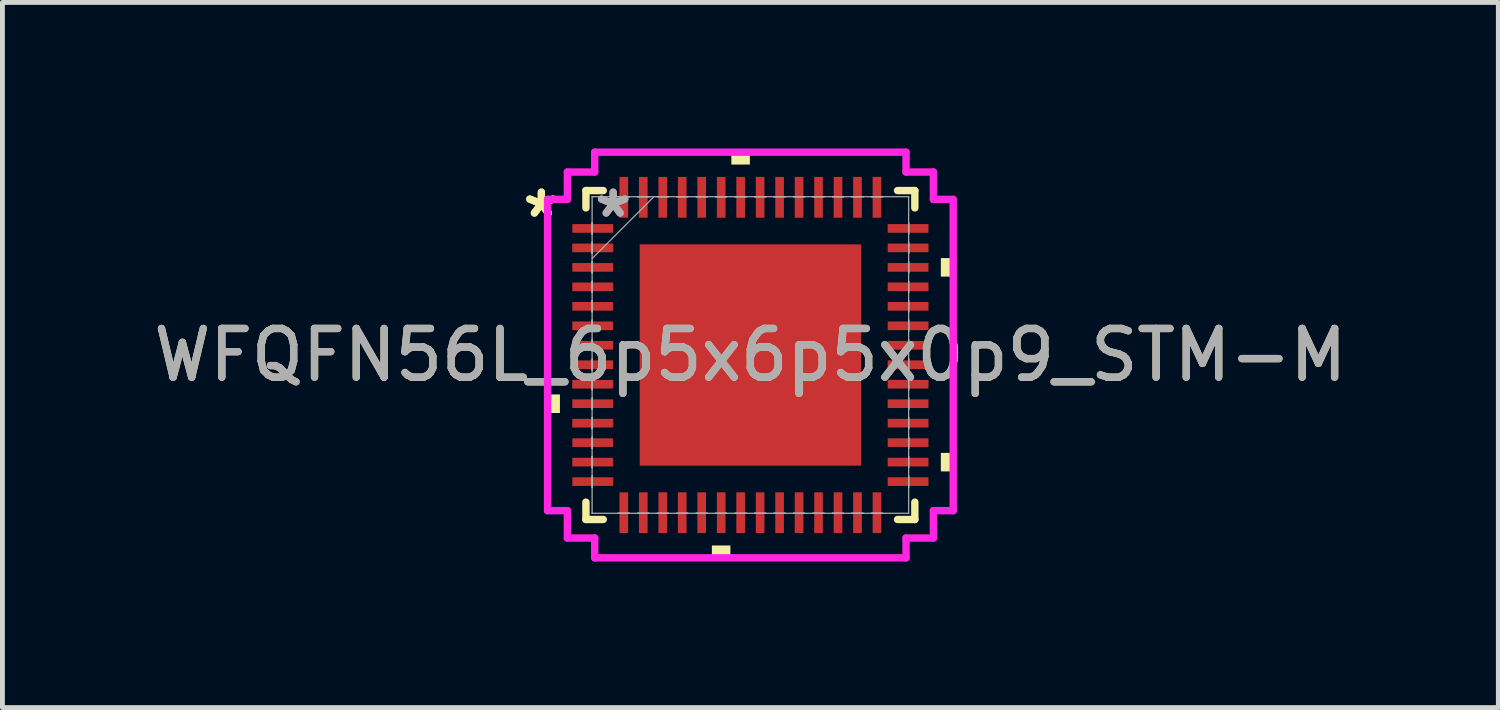
<source format=kicad_pcb>
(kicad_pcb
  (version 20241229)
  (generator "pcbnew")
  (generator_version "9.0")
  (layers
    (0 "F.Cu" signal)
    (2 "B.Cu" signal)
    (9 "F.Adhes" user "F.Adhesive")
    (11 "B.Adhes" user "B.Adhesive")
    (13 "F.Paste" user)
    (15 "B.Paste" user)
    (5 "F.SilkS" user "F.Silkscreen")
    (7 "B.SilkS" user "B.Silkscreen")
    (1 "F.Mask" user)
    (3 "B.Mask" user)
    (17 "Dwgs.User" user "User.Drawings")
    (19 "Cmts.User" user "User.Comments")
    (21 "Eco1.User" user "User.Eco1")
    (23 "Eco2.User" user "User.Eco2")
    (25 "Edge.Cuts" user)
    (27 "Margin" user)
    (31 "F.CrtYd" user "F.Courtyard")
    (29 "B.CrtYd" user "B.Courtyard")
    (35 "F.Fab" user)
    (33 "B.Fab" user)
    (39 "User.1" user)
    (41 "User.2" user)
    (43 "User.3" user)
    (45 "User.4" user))
  (footprint "WFQFN56L_6p5x6p5x0p9_STM-M"
    (layer "F.Cu")
    (at 12.363 4.242)
    (property "Reference" "WFQFN56L_6p5x6p5x0p9_STM-M" (at 0 0 0) (unlocked yes) (layer "F.SilkS") (effects (font (size 1 1) (thickness 0.15))))
    (attr smd)
    (fp_line (start -3.378 -3.378) (end -3.378 -3.022) (stroke (width 0.152) (type solid)) (layer "F.SilkS"))
    (fp_line (start -3.378 3.022) (end -3.378 3.378) (stroke (width 0.152) (type solid)) (layer "F.SilkS"))
    (fp_line (start -3.378 3.378) (end -3.022 3.378) (stroke (width 0.152) (type solid)) (layer "F.SilkS"))
    (fp_line (start -3.022 -3.378) (end -3.378 -3.378) (stroke (width 0.152) (type solid)) (layer "F.SilkS"))
    (fp_line (start 3.022 3.378) (end 3.378 3.378) (stroke (width 0.152) (type solid)) (layer "F.SilkS"))
    (fp_line (start 3.378 -3.378) (end 3.022 -3.378) (stroke (width 0.152) (type solid)) (layer "F.SilkS"))
    (fp_line (start 3.378 -3.022) (end 3.378 -3.378) (stroke (width 0.152) (type solid)) (layer "F.SilkS"))
    (fp_line (start 3.378 3.378) (end 3.378 3.022) (stroke (width 0.152) (type solid)) (layer "F.SilkS"))
    (fp_poly (pts (xy -4.166 0.81) (xy -4.166 1.191) (xy -3.912 1.191) (xy -3.912 0.81)) (stroke (width 0) (type solid)) (fill yes) (layer "F.SilkS"))
    (fp_poly (pts (xy -0.791 3.912) (xy -0.791 4.166) (xy -0.41 4.166) (xy -0.41 3.912)) (stroke (width 0) (type solid)) (fill yes) (layer "F.SilkS"))
    (fp_poly (pts (xy -0.391 -3.912) (xy -0.391 -4.166) (xy -0.01 -4.166) (xy -0.01 -3.912)) (stroke (width 0) (type solid)) (fill yes) (layer "F.SilkS"))
    (fp_poly (pts (xy 4.166 -1.991) (xy 4.166 -1.61) (xy 3.912 -1.61) (xy 3.912 -1.991)) (stroke (width 0) (type solid)) (fill yes) (layer "F.SilkS"))
    (fp_poly (pts (xy 4.166 2.01) (xy 4.166 2.391) (xy 3.912 2.391) (xy 3.912 2.01)) (stroke (width 0) (type solid)) (fill yes) (layer "F.SilkS"))
    (fp_poly (pts (xy -2.173 -2.173) (xy -2.173 -0.858) (xy -0.858 -0.858) (xy -0.858 -2.173)) (stroke (width 0) (type solid)) (fill yes) (layer "F.Paste"))
    (fp_poly (pts (xy -2.173 -0.658) (xy -2.173 0.658) (xy -0.858 0.658) (xy -0.858 -0.658)) (stroke (width 0) (type solid)) (fill yes) (layer "F.Paste"))
    (fp_poly (pts (xy -2.173 0.858) (xy -2.173 2.173) (xy -0.858 2.173) (xy -0.858 0.858)) (stroke (width 0) (type solid)) (fill yes) (layer "F.Paste"))
    (fp_poly (pts (xy -0.658 -2.173) (xy -0.658 -0.858) (xy 0.658 -0.858) (xy 0.658 -2.173)) (stroke (width 0) (type solid)) (fill yes) (layer "F.Paste"))
    (fp_poly (pts (xy -0.658 -0.658) (xy -0.658 0.658) (xy 0.658 0.658) (xy 0.658 -0.658)) (stroke (width 0) (type solid)) (fill yes) (layer "F.Paste"))
    (fp_poly (pts (xy -0.658 0.858) (xy -0.658 2.173) (xy 0.658 2.173) (xy 0.658 0.858)) (stroke (width 0) (type solid)) (fill yes) (layer "F.Paste"))
    (fp_poly (pts (xy 0.858 -2.173) (xy 0.858 -0.858) (xy 2.173 -0.858) (xy 2.173 -2.173)) (stroke (width 0) (type solid)) (fill yes) (layer "F.Paste"))
    (fp_poly (pts (xy 0.858 -0.658) (xy 0.858 0.658) (xy 2.173 0.658) (xy 2.173 -0.658)) (stroke (width 0) (type solid)) (fill yes) (layer "F.Paste"))
    (fp_poly (pts (xy 0.858 0.858) (xy 0.858 2.173) (xy 2.173 2.173) (xy 2.173 0.858)) (stroke (width 0) (type solid)) (fill yes) (layer "F.Paste"))
    (fp_line (start -4.166 -3.197) (end -3.759 -3.197) (stroke (width 0.152) (type solid)) (layer "F.CrtYd"))
    (fp_line (start -4.166 3.197) (end -4.166 -3.197) (stroke (width 0.152) (type solid)) (layer "F.CrtYd"))
    (fp_line (start -3.759 -3.759) (end -3.197 -3.759) (stroke (width 0.152) (type solid)) (layer "F.CrtYd"))
    (fp_line (start -3.759 -3.197) (end -3.759 -3.759) (stroke (width 0.152) (type solid)) (layer "F.CrtYd"))
    (fp_line (start -3.759 3.197) (end -4.166 3.197) (stroke (width 0.152) (type solid)) (layer "F.CrtYd"))
    (fp_line (start -3.759 3.759) (end -3.759 3.197) (stroke (width 0.152) (type solid)) (layer "F.CrtYd"))
    (fp_line (start -3.197 -4.166) (end 3.197 -4.166) (stroke (width 0.152) (type solid)) (layer "F.CrtYd"))
    (fp_line (start -3.197 -3.759) (end -3.197 -4.166) (stroke (width 0.152) (type solid)) (layer "F.CrtYd"))
    (fp_line (start -3.197 3.759) (end -3.759 3.759) (stroke (width 0.152) (type solid)) (layer "F.CrtYd"))
    (fp_line (start -3.197 4.166) (end -3.197 3.759) (stroke (width 0.152) (type solid)) (layer "F.CrtYd"))
    (fp_line (start 3.197 -4.166) (end 3.197 -3.759) (stroke (width 0.152) (type solid)) (layer "F.CrtYd"))
    (fp_line (start 3.197 -3.759) (end 3.759 -3.759) (stroke (width 0.152) (type solid)) (layer "F.CrtYd"))
    (fp_line (start 3.197 3.759) (end 3.197 4.166) (stroke (width 0.152) (type solid)) (layer "F.CrtYd"))
    (fp_line (start 3.197 4.166) (end -3.197 4.166) (stroke (width 0.152) (type solid)) (layer "F.CrtYd"))
    (fp_line (start 3.759 -3.759) (end 3.759 -3.197) (stroke (width 0.152) (type solid)) (layer "F.CrtYd"))
    (fp_line (start 3.759 -3.197) (end 4.166 -3.197) (stroke (width 0.152) (type solid)) (layer "F.CrtYd"))
    (fp_line (start 3.759 3.197) (end 3.759 3.759) (stroke (width 0.152) (type solid)) (layer "F.CrtYd"))
    (fp_line (start 3.759 3.759) (end 3.197 3.759) (stroke (width 0.152) (type solid)) (layer "F.CrtYd"))
    (fp_line (start 4.166 -3.197) (end 4.166 3.197) (stroke (width 0.152) (type solid)) (layer "F.CrtYd"))
    (fp_line (start 4.166 3.197) (end 3.759 3.197) (stroke (width 0.152) (type solid)) (layer "F.CrtYd"))
    (fp_line (start -3.251 -3.251) (end -3.251 -3.251) (stroke (width 0.025) (type solid)) (layer "F.Fab"))
    (fp_line (start -3.251 -3.251) (end -3.251 3.251) (stroke (width 0.025) (type solid)) (layer "F.Fab"))
    (fp_line (start -3.251 -2.715) (end -3.251 -2.715) (stroke (width 0.025) (type solid)) (layer "F.Fab"))
    (fp_line (start -3.251 -2.715) (end -3.251 -2.486) (stroke (width 0.025) (type solid)) (layer "F.Fab"))
    (fp_line (start -3.251 -2.486) (end -3.251 -2.715) (stroke (width 0.025) (type solid)) (layer "F.Fab"))
    (fp_line (start -3.251 -2.486) (end -3.251 -2.486) (stroke (width 0.025) (type solid)) (layer "F.Fab"))
    (fp_line (start -3.251 -2.315) (end -3.251 -2.315) (stroke (width 0.025) (type solid)) (layer "F.Fab"))
    (fp_line (start -3.251 -2.315) (end -3.251 -2.086) (stroke (width 0.025) (type solid)) (layer "F.Fab"))
    (fp_line (start -3.251 -2.086) (end -3.251 -2.315) (stroke (width 0.025) (type solid)) (layer "F.Fab"))
    (fp_line (start -3.251 -2.086) (end -3.251 -2.086) (stroke (width 0.025) (type solid)) (layer "F.Fab"))
    (fp_line (start -3.251 -1.981) (end -1.981 -3.251) (stroke (width 0.025) (type solid)) (layer "F.Fab"))
    (fp_line (start -3.251 -1.915) (end -3.251 -1.915) (stroke (width 0.025) (type solid)) (layer "F.Fab"))
    (fp_line (start -3.251 -1.915) (end -3.251 -1.686) (stroke (width 0.025) (type solid)) (layer "F.Fab"))
    (fp_line (start -3.251 -1.686) (end -3.251 -1.915) (stroke (width 0.025) (type solid)) (layer "F.Fab"))
    (fp_line (start -3.251 -1.686) (end -3.251 -1.686) (stroke (width 0.025) (type solid)) (layer "F.Fab"))
    (fp_line (start -3.251 -1.514) (end -3.251 -1.514) (stroke (width 0.025) (type solid)) (layer "F.Fab"))
    (fp_line (start -3.251 -1.514) (end -3.251 -1.286) (stroke (width 0.025) (type solid)) (layer "F.Fab"))
    (fp_line (start -3.251 -1.286) (end -3.251 -1.514) (stroke (width 0.025) (type solid)) (layer "F.Fab"))
    (fp_line (start -3.251 -1.286) (end -3.251 -1.286) (stroke (width 0.025) (type solid)) (layer "F.Fab"))
    (fp_line (start -3.251 -1.114) (end -3.251 -1.114) (stroke (width 0.025) (type solid)) (layer "F.Fab"))
    (fp_line (start -3.251 -1.114) (end -3.251 -0.886) (stroke (width 0.025) (type solid)) (layer "F.Fab"))
    (fp_line (start -3.251 -0.886) (end -3.251 -1.114) (stroke (width 0.025) (type solid)) (layer "F.Fab"))
    (fp_line (start -3.251 -0.886) (end -3.251 -0.886) (stroke (width 0.025) (type solid)) (layer "F.Fab"))
    (fp_line (start -3.251 -0.714) (end -3.251 -0.714) (stroke (width 0.025) (type solid)) (layer "F.Fab"))
    (fp_line (start -3.251 -0.714) (end -3.251 -0.486) (stroke (width 0.025) (type solid)) (layer "F.Fab"))
    (fp_line (start -3.251 -0.486) (end -3.251 -0.714) (stroke (width 0.025) (type solid)) (layer "F.Fab"))
    (fp_line (start -3.251 -0.486) (end -3.251 -0.486) (stroke (width 0.025) (type solid)) (layer "F.Fab"))
    (fp_line (start -3.251 -0.314) (end -3.251 -0.314) (stroke (width 0.025) (type solid)) (layer "F.Fab"))
    (fp_line (start -3.251 -0.314) (end -3.251 -0.086) (stroke (width 0.025) (type solid)) (layer "F.Fab"))
    (fp_line (start -3.251 -0.086) (end -3.251 -0.314) (stroke (width 0.025) (type solid)) (layer "F.Fab"))
    (fp_line (start -3.251 -0.086) (end -3.251 -0.086) (stroke (width 0.025) (type solid)) (layer "F.Fab"))
    (fp_line (start -3.251 0.086) (end -3.251 0.086) (stroke (width 0.025) (type solid)) (layer "F.Fab"))
    (fp_line (start -3.251 0.086) (end -3.251 0.314) (stroke (width 0.025) (type solid)) (layer "F.Fab"))
    (fp_line (start -3.251 0.314) (end -3.251 0.086) (stroke (width 0.025) (type solid)) (layer "F.Fab"))
    (fp_line (start -3.251 0.314) (end -3.251 0.314) (stroke (width 0.025) (type solid)) (layer "F.Fab"))
    (fp_line (start -3.251 0.486) (end -3.251 0.486) (stroke (width 0.025) (type solid)) (layer "F.Fab"))
    (fp_line (start -3.251 0.486) (end -3.251 0.714) (stroke (width 0.025) (type solid)) (layer "F.Fab"))
    (fp_line (start -3.251 0.714) (end -3.251 0.486) (stroke (width 0.025) (type solid)) (layer "F.Fab"))
    (fp_line (start -3.251 0.714) (end -3.251 0.714) (stroke (width 0.025) (type solid)) (layer "F.Fab"))
    (fp_line (start -3.251 0.886) (end -3.251 0.886) (stroke (width 0.025) (type solid)) (layer "F.Fab"))
    (fp_line (start -3.251 0.886) (end -3.251 1.114) (stroke (width 0.025) (type solid)) (layer "F.Fab"))
    (fp_line (start -3.251 1.114) (end -3.251 0.886) (stroke (width 0.025) (type solid)) (layer "F.Fab"))
    (fp_line (start -3.251 1.114) (end -3.251 1.114) (stroke (width 0.025) (type solid)) (layer "F.Fab"))
    (fp_line (start -3.251 1.286) (end -3.251 1.286) (stroke (width 0.025) (type solid)) (layer "F.Fab"))
    (fp_line (start -3.251 1.286) (end -3.251 1.514) (stroke (width 0.025) (type solid)) (layer "F.Fab"))
    (fp_line (start -3.251 1.514) (end -3.251 1.286) (stroke (width 0.025) (type solid)) (layer "F.Fab"))
    (fp_line (start -3.251 1.514) (end -3.251 1.514) (stroke (width 0.025) (type solid)) (layer "F.Fab"))
    (fp_line (start -3.251 1.686) (end -3.251 1.686) (stroke (width 0.025) (type solid)) (layer "F.Fab"))
    (fp_line (start -3.251 1.686) (end -3.251 1.915) (stroke (width 0.025) (type solid)) (layer "F.Fab"))
    (fp_line (start -3.251 1.915) (end -3.251 1.686) (stroke (width 0.025) (type solid)) (layer "F.Fab"))
    (fp_line (start -3.251 1.915) (end -3.251 1.915) (stroke (width 0.025) (type solid)) (layer "F.Fab"))
    (fp_line (start -3.251 2.086) (end -3.251 2.086) (stroke (width 0.025) (type solid)) (layer "F.Fab"))
    (fp_line (start -3.251 2.086) (end -3.251 2.315) (stroke (width 0.025) (type solid)) (layer "F.Fab"))
    (fp_line (start -3.251 2.315) (end -3.251 2.086) (stroke (width 0.025) (type solid)) (layer "F.Fab"))
    (fp_line (start -3.251 2.315) (end -3.251 2.315) (stroke (width 0.025) (type solid)) (layer "F.Fab"))
    (fp_line (start -3.251 2.486) (end -3.251 2.486) (stroke (width 0.025) (type solid)) (layer "F.Fab"))
    (fp_line (start -3.251 2.486) (end -3.251 2.715) (stroke (width 0.025) (type solid)) (layer "F.Fab"))
    (fp_line (start -3.251 2.715) (end -3.251 2.486) (stroke (width 0.025) (type solid)) (layer "F.Fab"))
    (fp_line (start -3.251 2.715) (end -3.251 2.715) (stroke (width 0.025) (type solid)) (layer "F.Fab"))
    (fp_line (start -3.251 3.251) (end -3.251 3.251) (stroke (width 0.025) (type solid)) (layer "F.Fab"))
    (fp_line (start -3.251 3.251) (end 3.251 3.251) (stroke (width 0.025) (type solid)) (layer "F.Fab"))
    (fp_line (start -2.715 -3.251) (end -2.715 -3.251) (stroke (width 0.025) (type solid)) (layer "F.Fab"))
    (fp_line (start -2.715 -3.251) (end -2.486 -3.251) (stroke (width 0.025) (type solid)) (layer "F.Fab"))
    (fp_line (start -2.715 3.251) (end -2.715 3.251) (stroke (width 0.025) (type solid)) (layer "F.Fab"))
    (fp_line (start -2.715 3.251) (end -2.486 3.251) (stroke (width 0.025) (type solid)) (layer "F.Fab"))
    (fp_line (start -2.486 -3.251) (end -2.715 -3.251) (stroke (width 0.025) (type solid)) (layer "F.Fab"))
    (fp_line (start -2.486 -3.251) (end -2.486 -3.251) (stroke (width 0.025) (type solid)) (layer "F.Fab"))
    (fp_line (start -2.486 3.251) (end -2.715 3.251) (stroke (width 0.025) (type solid)) (layer "F.Fab"))
    (fp_line (start -2.486 3.251) (end -2.486 3.251) (stroke (width 0.025) (type solid)) (layer "F.Fab"))
    (fp_line (start -2.315 -3.251) (end -2.315 -3.251) (stroke (width 0.025) (type solid)) (layer "F.Fab"))
    (fp_line (start -2.315 -3.251) (end -2.086 -3.251) (stroke (width 0.025) (type solid)) (layer "F.Fab"))
    (fp_line (start -2.315 3.251) (end -2.315 3.251) (stroke (width 0.025) (type solid)) (layer "F.Fab"))
    (fp_line (start -2.315 3.251) (end -2.086 3.251) (stroke (width 0.025) (type solid)) (layer "F.Fab"))
    (fp_line (start -2.086 -3.251) (end -2.315 -3.251) (stroke (width 0.025) (type solid)) (layer "F.Fab"))
    (fp_line (start -2.086 -3.251) (end -2.086 -3.251) (stroke (width 0.025) (type solid)) (layer "F.Fab"))
    (fp_line (start -2.086 3.251) (end -2.315 3.251) (stroke (width 0.025) (type solid)) (layer "F.Fab"))
    (fp_line (start -2.086 3.251) (end -2.086 3.251) (stroke (width 0.025) (type solid)) (layer "F.Fab"))
    (fp_line (start -1.915 -3.251) (end -1.915 -3.251) (stroke (width 0.025) (type solid)) (layer "F.Fab"))
    (fp_line (start -1.915 -3.251) (end -1.686 -3.251) (stroke (width 0.025) (type solid)) (layer "F.Fab"))
    (fp_line (start -1.915 3.251) (end -1.915 3.251) (stroke (width 0.025) (type solid)) (layer "F.Fab"))
    (fp_line (start -1.915 3.251) (end -1.686 3.251) (stroke (width 0.025) (type solid)) (layer "F.Fab"))
    (fp_line (start -1.686 -3.251) (end -1.915 -3.251) (stroke (width 0.025) (type solid)) (layer "F.Fab"))
    (fp_line (start -1.686 -3.251) (end -1.686 -3.251) (stroke (width 0.025) (type solid)) (layer "F.Fab"))
    (fp_line (start -1.686 3.251) (end -1.915 3.251) (stroke (width 0.025) (type solid)) (layer "F.Fab"))
    (fp_line (start -1.686 3.251) (end -1.686 3.251) (stroke (width 0.025) (type solid)) (layer "F.Fab"))
    (fp_line (start -1.514 -3.251) (end -1.514 -3.251) (stroke (width 0.025) (type solid)) (layer "F.Fab"))
    (fp_line (start -1.514 -3.251) (end -1.286 -3.251) (stroke (width 0.025) (type solid)) (layer "F.Fab"))
    (fp_line (start -1.514 3.251) (end -1.514 3.251) (stroke (width 0.025) (type solid)) (layer "F.Fab"))
    (fp_line (start -1.514 3.251) (end -1.286 3.251) (stroke (width 0.025) (type solid)) (layer "F.Fab"))
    (fp_line (start -1.286 -3.251) (end -1.514 -3.251) (stroke (width 0.025) (type solid)) (layer "F.Fab"))
    (fp_line (start -1.286 -3.251) (end -1.286 -3.251) (stroke (width 0.025) (type solid)) (layer "F.Fab"))
    (fp_line (start -1.286 3.251) (end -1.514 3.251) (stroke (width 0.025) (type solid)) (layer "F.Fab"))
    (fp_line (start -1.286 3.251) (end -1.286 3.251) (stroke (width 0.025) (type solid)) (layer "F.Fab"))
    (fp_line (start -1.114 -3.251) (end -1.114 -3.251) (stroke (width 0.025) (type solid)) (layer "F.Fab"))
    (fp_line (start -1.114 -3.251) (end -0.886 -3.251) (stroke (width 0.025) (type solid)) (layer "F.Fab"))
    (fp_line (start -1.114 3.251) (end -1.114 3.251) (stroke (width 0.025) (type solid)) (layer "F.Fab"))
    (fp_line (start -1.114 3.251) (end -0.886 3.251) (stroke (width 0.025) (type solid)) (layer "F.Fab"))
    (fp_line (start -0.886 -3.251) (end -1.114 -3.251) (stroke (width 0.025) (type solid)) (layer "F.Fab"))
    (fp_line (start -0.886 -3.251) (end -0.886 -3.251) (stroke (width 0.025) (type solid)) (layer "F.Fab"))
    (fp_line (start -0.886 3.251) (end -1.114 3.251) (stroke (width 0.025) (type solid)) (layer "F.Fab"))
    (fp_line (start -0.886 3.251) (end -0.886 3.251) (stroke (width 0.025) (type solid)) (layer "F.Fab"))
    (fp_line (start -0.714 -3.251) (end -0.714 -3.251) (stroke (width 0.025) (type solid)) (layer "F.Fab"))
    (fp_line (start -0.714 -3.251) (end -0.486 -3.251) (stroke (width 0.025) (type solid)) (layer "F.Fab"))
    (fp_line (start -0.714 3.251) (end -0.714 3.251) (stroke (width 0.025) (type solid)) (layer "F.Fab"))
    (fp_line (start -0.714 3.251) (end -0.486 3.251) (stroke (width 0.025) (type solid)) (layer "F.Fab"))
    (fp_line (start -0.486 -3.251) (end -0.714 -3.251) (stroke (width 0.025) (type solid)) (layer "F.Fab"))
    (fp_line (start -0.486 -3.251) (end -0.486 -3.251) (stroke (width 0.025) (type solid)) (layer "F.Fab"))
    (fp_line (start -0.486 3.251) (end -0.714 3.251) (stroke (width 0.025) (type solid)) (layer "F.Fab"))
    (fp_line (start -0.486 3.251) (end -0.486 3.251) (stroke (width 0.025) (type solid)) (layer "F.Fab"))
    (fp_line (start -0.314 -3.251) (end -0.314 -3.251) (stroke (width 0.025) (type solid)) (layer "F.Fab"))
    (fp_line (start -0.314 -3.251) (end -0.086 -3.251) (stroke (width 0.025) (type solid)) (layer "F.Fab"))
    (fp_line (start -0.314 3.251) (end -0.314 3.251) (stroke (width 0.025) (type solid)) (layer "F.Fab"))
    (fp_line (start -0.314 3.251) (end -0.086 3.251) (stroke (width 0.025) (type solid)) (layer "F.Fab"))
    (fp_line (start -0.086 -3.251) (end -0.314 -3.251) (stroke (width 0.025) (type solid)) (layer "F.Fab"))
    (fp_line (start -0.086 -3.251) (end -0.086 -3.251) (stroke (width 0.025) (type solid)) (layer "F.Fab"))
    (fp_line (start -0.086 3.251) (end -0.314 3.251) (stroke (width 0.025) (type solid)) (layer "F.Fab"))
    (fp_line (start -0.086 3.251) (end -0.086 3.251) (stroke (width 0.025) (type solid)) (layer "F.Fab"))
    (fp_line (start 0.086 -3.251) (end 0.086 -3.251) (stroke (width 0.025) (type solid)) (layer "F.Fab"))
    (fp_line (start 0.086 -3.251) (end 0.314 -3.251) (stroke (width 0.025) (type solid)) (layer "F.Fab"))
    (fp_line (start 0.086 3.251) (end 0.086 3.251) (stroke (width 0.025) (type solid)) (layer "F.Fab"))
    (fp_line (start 0.086 3.251) (end 0.314 3.251) (stroke (width 0.025) (type solid)) (layer "F.Fab"))
    (fp_line (start 0.314 -3.251) (end 0.086 -3.251) (stroke (width 0.025) (type solid)) (layer "F.Fab"))
    (fp_line (start 0.314 -3.251) (end 0.314 -3.251) (stroke (width 0.025) (type solid)) (layer "F.Fab"))
    (fp_line (start 0.314 3.251) (end 0.086 3.251) (stroke (width 0.025) (type solid)) (layer "F.Fab"))
    (fp_line (start 0.314 3.251) (end 0.314 3.251) (stroke (width 0.025) (type solid)) (layer "F.Fab"))
    (fp_line (start 0.486 -3.251) (end 0.486 -3.251) (stroke (width 0.025) (type solid)) (layer "F.Fab"))
    (fp_line (start 0.486 -3.251) (end 0.714 -3.251) (stroke (width 0.025) (type solid)) (layer "F.Fab"))
    (fp_line (start 0.486 3.251) (end 0.486 3.251) (stroke (width 0.025) (type solid)) (layer "F.Fab"))
    (fp_line (start 0.486 3.251) (end 0.714 3.251) (stroke (width 0.025) (type solid)) (layer "F.Fab"))
    (fp_line (start 0.714 -3.251) (end 0.486 -3.251) (stroke (width 0.025) (type solid)) (layer "F.Fab"))
    (fp_line (start 0.714 -3.251) (end 0.714 -3.251) (stroke (width 0.025) (type solid)) (layer "F.Fab"))
    (fp_line (start 0.714 3.251) (end 0.486 3.251) (stroke (width 0.025) (type solid)) (layer "F.Fab"))
    (fp_line (start 0.714 3.251) (end 0.714 3.251) (stroke (width 0.025) (type solid)) (layer "F.Fab"))
    (fp_line (start 0.886 -3.251) (end 0.886 -3.251) (stroke (width 0.025) (type solid)) (layer "F.Fab"))
    (fp_line (start 0.886 -3.251) (end 1.114 -3.251) (stroke (width 0.025) (type solid)) (layer "F.Fab"))
    (fp_line (start 0.886 3.251) (end 0.886 3.251) (stroke (width 0.025) (type solid)) (layer "F.Fab"))
    (fp_line (start 0.886 3.251) (end 1.114 3.251) (stroke (width 0.025) (type solid)) (layer "F.Fab"))
    (fp_line (start 1.114 -3.251) (end 0.886 -3.251) (stroke (width 0.025) (type solid)) (layer "F.Fab"))
    (fp_line (start 1.114 -3.251) (end 1.114 -3.251) (stroke (width 0.025) (type solid)) (layer "F.Fab"))
    (fp_line (start 1.114 3.251) (end 0.886 3.251) (stroke (width 0.025) (type solid)) (layer "F.Fab"))
    (fp_line (start 1.114 3.251) (end 1.114 3.251) (stroke (width 0.025) (type solid)) (layer "F.Fab"))
    (fp_line (start 1.286 -3.251) (end 1.286 -3.251) (stroke (width 0.025) (type solid)) (layer "F.Fab"))
    (fp_line (start 1.286 -3.251) (end 1.514 -3.251) (stroke (width 0.025) (type solid)) (layer "F.Fab"))
    (fp_line (start 1.286 3.251) (end 1.286 3.251) (stroke (width 0.025) (type solid)) (layer "F.Fab"))
    (fp_line (start 1.286 3.251) (end 1.514 3.251) (stroke (width 0.025) (type solid)) (layer "F.Fab"))
    (fp_line (start 1.514 -3.251) (end 1.286 -3.251) (stroke (width 0.025) (type solid)) (layer "F.Fab"))
    (fp_line (start 1.514 -3.251) (end 1.514 -3.251) (stroke (width 0.025) (type solid)) (layer "F.Fab"))
    (fp_line (start 1.514 3.251) (end 1.286 3.251) (stroke (width 0.025) (type solid)) (layer "F.Fab"))
    (fp_line (start 1.514 3.251) (end 1.514 3.251) (stroke (width 0.025) (type solid)) (layer "F.Fab"))
    (fp_line (start 1.686 -3.251) (end 1.686 -3.251) (stroke (width 0.025) (type solid)) (layer "F.Fab"))
    (fp_line (start 1.686 -3.251) (end 1.915 -3.251) (stroke (width 0.025) (type solid)) (layer "F.Fab"))
    (fp_line (start 1.686 3.251) (end 1.686 3.251) (stroke (width 0.025) (type solid)) (layer "F.Fab"))
    (fp_line (start 1.686 3.251) (end 1.915 3.251) (stroke (width 0.025) (type solid)) (layer "F.Fab"))
    (fp_line (start 1.915 -3.251) (end 1.686 -3.251) (stroke (width 0.025) (type solid)) (layer "F.Fab"))
    (fp_line (start 1.915 -3.251) (end 1.915 -3.251) (stroke (width 0.025) (type solid)) (layer "F.Fab"))
    (fp_line (start 1.915 3.251) (end 1.686 3.251) (stroke (width 0.025) (type solid)) (layer "F.Fab"))
    (fp_line (start 1.915 3.251) (end 1.915 3.251) (stroke (width 0.025) (type solid)) (layer "F.Fab"))
    (fp_line (start 2.086 -3.251) (end 2.086 -3.251) (stroke (width 0.025) (type solid)) (layer "F.Fab"))
    (fp_line (start 2.086 -3.251) (end 2.315 -3.251) (stroke (width 0.025) (type solid)) (layer "F.Fab"))
    (fp_line (start 2.086 3.251) (end 2.086 3.251) (stroke (width 0.025) (type solid)) (layer "F.Fab"))
    (fp_line (start 2.086 3.251) (end 2.315 3.251) (stroke (width 0.025) (type solid)) (layer "F.Fab"))
    (fp_line (start 2.315 -3.251) (end 2.086 -3.251) (stroke (width 0.025) (type solid)) (layer "F.Fab"))
    (fp_line (start 2.315 -3.251) (end 2.315 -3.251) (stroke (width 0.025) (type solid)) (layer "F.Fab"))
    (fp_line (start 2.315 3.251) (end 2.086 3.251) (stroke (width 0.025) (type solid)) (layer "F.Fab"))
    (fp_line (start 2.315 3.251) (end 2.315 3.251) (stroke (width 0.025) (type solid)) (layer "F.Fab"))
    (fp_line (start 2.486 -3.251) (end 2.486 -3.251) (stroke (width 0.025) (type solid)) (layer "F.Fab"))
    (fp_line (start 2.486 -3.251) (end 2.715 -3.251) (stroke (width 0.025) (type solid)) (layer "F.Fab"))
    (fp_line (start 2.486 3.251) (end 2.486 3.251) (stroke (width 0.025) (type solid)) (layer "F.Fab"))
    (fp_line (start 2.486 3.251) (end 2.715 3.251) (stroke (width 0.025) (type solid)) (layer "F.Fab"))
    (fp_line (start 2.715 -3.251) (end 2.486 -3.251) (stroke (width 0.025) (type solid)) (layer "F.Fab"))
    (fp_line (start 2.715 -3.251) (end 2.715 -3.251) (stroke (width 0.025) (type solid)) (layer "F.Fab"))
    (fp_line (start 2.715 3.251) (end 2.486 3.251) (stroke (width 0.025) (type solid)) (layer "F.Fab"))
    (fp_line (start 2.715 3.251) (end 2.715 3.251) (stroke (width 0.025) (type solid)) (layer "F.Fab"))
    (fp_line (start 3.251 -3.251) (end -3.251 -3.251) (stroke (width 0.025) (type solid)) (layer "F.Fab"))
    (fp_line (start 3.251 -3.251) (end 3.251 -3.251) (stroke (width 0.025) (type solid)) (layer "F.Fab"))
    (fp_line (start 3.251 -2.715) (end 3.251 -2.715) (stroke (width 0.025) (type solid)) (layer "F.Fab"))
    (fp_line (start 3.251 -2.715) (end 3.251 -2.486) (stroke (width 0.025) (type solid)) (layer "F.Fab"))
    (fp_line (start 3.251 -2.486) (end 3.251 -2.715) (stroke (width 0.025) (type solid)) (layer "F.Fab"))
    (fp_line (start 3.251 -2.486) (end 3.251 -2.486) (stroke (width 0.025) (type solid)) (layer "F.Fab"))
    (fp_line (start 3.251 -2.315) (end 3.251 -2.315) (stroke (width 0.025) (type solid)) (layer "F.Fab"))
    (fp_line (start 3.251 -2.315) (end 3.251 -2.086) (stroke (width 0.025) (type solid)) (layer "F.Fab"))
    (fp_line (start 3.251 -2.086) (end 3.251 -2.315) (stroke (width 0.025) (type solid)) (layer "F.Fab"))
    (fp_line (start 3.251 -2.086) (end 3.251 -2.086) (stroke (width 0.025) (type solid)) (layer "F.Fab"))
    (fp_line (start 3.251 -1.915) (end 3.251 -1.915) (stroke (width 0.025) (type solid)) (layer "F.Fab"))
    (fp_line (start 3.251 -1.915) (end 3.251 -1.686) (stroke (width 0.025) (type solid)) (layer "F.Fab"))
    (fp_line (start 3.251 -1.686) (end 3.251 -1.915) (stroke (width 0.025) (type solid)) (layer "F.Fab"))
    (fp_line (start 3.251 -1.686) (end 3.251 -1.686) (stroke (width 0.025) (type solid)) (layer "F.Fab"))
    (fp_line (start 3.251 -1.514) (end 3.251 -1.514) (stroke (width 0.025) (type solid)) (layer "F.Fab"))
    (fp_line (start 3.251 -1.514) (end 3.251 -1.286) (stroke (width 0.025) (type solid)) (layer "F.Fab"))
    (fp_line (start 3.251 -1.286) (end 3.251 -1.514) (stroke (width 0.025) (type solid)) (layer "F.Fab"))
    (fp_line (start 3.251 -1.286) (end 3.251 -1.286) (stroke (width 0.025) (type solid)) (layer "F.Fab"))
    (fp_line (start 3.251 -1.114) (end 3.251 -1.114) (stroke (width 0.025) (type solid)) (layer "F.Fab"))
    (fp_line (start 3.251 -1.114) (end 3.251 -0.886) (stroke (width 0.025) (type solid)) (layer "F.Fab"))
    (fp_line (start 3.251 -0.886) (end 3.251 -1.114) (stroke (width 0.025) (type solid)) (layer "F.Fab"))
    (fp_line (start 3.251 -0.886) (end 3.251 -0.886) (stroke (width 0.025) (type solid)) (layer "F.Fab"))
    (fp_line (start 3.251 -0.714) (end 3.251 -0.714) (stroke (width 0.025) (type solid)) (layer "F.Fab"))
    (fp_line (start 3.251 -0.714) (end 3.251 -0.486) (stroke (width 0.025) (type solid)) (layer "F.Fab"))
    (fp_line (start 3.251 -0.486) (end 3.251 -0.714) (stroke (width 0.025) (type solid)) (layer "F.Fab"))
    (fp_line (start 3.251 -0.486) (end 3.251 -0.486) (stroke (width 0.025) (type solid)) (layer "F.Fab"))
    (fp_line (start 3.251 -0.314) (end 3.251 -0.314) (stroke (width 0.025) (type solid)) (layer "F.Fab"))
    (fp_line (start 3.251 -0.314) (end 3.251 -0.086) (stroke (width 0.025) (type solid)) (layer "F.Fab"))
    (fp_line (start 3.251 -0.086) (end 3.251 -0.314) (stroke (width 0.025) (type solid)) (layer "F.Fab"))
    (fp_line (start 3.251 -0.086) (end 3.251 -0.086) (stroke (width 0.025) (type solid)) (layer "F.Fab"))
    (fp_line (start 3.251 0.086) (end 3.251 0.086) (stroke (width 0.025) (type solid)) (layer "F.Fab"))
    (fp_line (start 3.251 0.086) (end 3.251 0.314) (stroke (width 0.025) (type solid)) (layer "F.Fab"))
    (fp_line (start 3.251 0.314) (end 3.251 0.086) (stroke (width 0.025) (type solid)) (layer "F.Fab"))
    (fp_line (start 3.251 0.314) (end 3.251 0.314) (stroke (width 0.025) (type solid)) (layer "F.Fab"))
    (fp_line (start 3.251 0.486) (end 3.251 0.486) (stroke (width 0.025) (type solid)) (layer "F.Fab"))
    (fp_line (start 3.251 0.486) (end 3.251 0.714) (stroke (width 0.025) (type solid)) (layer "F.Fab"))
    (fp_line (start 3.251 0.714) (end 3.251 0.486) (stroke (width 0.025) (type solid)) (layer "F.Fab"))
    (fp_line (start 3.251 0.714) (end 3.251 0.714) (stroke (width 0.025) (type solid)) (layer "F.Fab"))
    (fp_line (start 3.251 0.886) (end 3.251 0.886) (stroke (width 0.025) (type solid)) (layer "F.Fab"))
    (fp_line (start 3.251 0.886) (end 3.251 1.114) (stroke (width 0.025) (type solid)) (layer "F.Fab"))
    (fp_line (start 3.251 1.114) (end 3.251 0.886) (stroke (width 0.025) (type solid)) (layer "F.Fab"))
    (fp_line (start 3.251 1.114) (end 3.251 1.114) (stroke (width 0.025) (type solid)) (layer "F.Fab"))
    (fp_line (start 3.251 1.286) (end 3.251 1.286) (stroke (width 0.025) (type solid)) (layer "F.Fab"))
    (fp_line (start 3.251 1.286) (end 3.251 1.514) (stroke (width 0.025) (type solid)) (layer "F.Fab"))
    (fp_line (start 3.251 1.514) (end 3.251 1.286) (stroke (width 0.025) (type solid)) (layer "F.Fab"))
    (fp_line (start 3.251 1.514) (end 3.251 1.514) (stroke (width 0.025) (type solid)) (layer "F.Fab"))
    (fp_line (start 3.251 1.686) (end 3.251 1.686) (stroke (width 0.025) (type solid)) (layer "F.Fab"))
    (fp_line (start 3.251 1.686) (end 3.251 1.915) (stroke (width 0.025) (type solid)) (layer "F.Fab"))
    (fp_line (start 3.251 1.915) (end 3.251 1.686) (stroke (width 0.025) (type solid)) (layer "F.Fab"))
    (fp_line (start 3.251 1.915) (end 3.251 1.915) (stroke (width 0.025) (type solid)) (layer "F.Fab"))
    (fp_line (start 3.251 2.086) (end 3.251 2.086) (stroke (width 0.025) (type solid)) (layer "F.Fab"))
    (fp_line (start 3.251 2.086) (end 3.251 2.315) (stroke (width 0.025) (type solid)) (layer "F.Fab"))
    (fp_line (start 3.251 2.315) (end 3.251 2.086) (stroke (width 0.025) (type solid)) (layer "F.Fab"))
    (fp_line (start 3.251 2.315) (end 3.251 2.315) (stroke (width 0.025) (type solid)) (layer "F.Fab"))
    (fp_line (start 3.251 2.486) (end 3.251 2.486) (stroke (width 0.025) (type solid)) (layer "F.Fab"))
    (fp_line (start 3.251 2.486) (end 3.251 2.715) (stroke (width 0.025) (type solid)) (layer "F.Fab"))
    (fp_line (start 3.251 2.715) (end 3.251 2.486) (stroke (width 0.025) (type solid)) (layer "F.Fab"))
    (fp_line (start 3.251 2.715) (end 3.251 2.715) (stroke (width 0.025) (type solid)) (layer "F.Fab"))
    (fp_line (start 3.251 3.251) (end 3.251 -3.251) (stroke (width 0.025) (type solid)) (layer "F.Fab"))
    (fp_line (start 3.251 3.251) (end 3.251 3.251) (stroke (width 0.025) (type solid)) (layer "F.Fab"))
    (fp_text user "*" (at -4.293 -2.8 0) (layer "F.SilkS") (effects (font (size 1 1) (thickness 0.15))))
    (fp_text user "*" (at -4.293 -2.8 0) (unlocked yes) (layer "F.SilkS") (effects (font (size 1 1) (thickness 0.15))))
    (fp_text user "${REFERENCE}" (at 0 0 0) (unlocked yes) (layer "F.Fab") (effects (font (size 1 1) (thickness 0.15))))
    (fp_text user "*" (at -2.819 -2.8 0) (unlocked yes) (layer "F.Fab") (effects (font (size 1 1) (thickness 0.15))))
    (fp_text user "*" (at -2.819 -2.8 0) (layer "F.Fab") (effects (font (size 1 1) (thickness 0.15))))
    (pad "1" smd rect (at -3.239 -2.6 90) (size 0.178 0.838) (layers "F.Cu" "F.Mask" "F.Paste"))
    (pad "2" smd rect (at -3.239 -2.2 90) (size 0.178 0.838) (layers "F.Cu" "F.Mask" "F.Paste"))
    (pad "3" smd rect (at -3.239 -1.8 90) (size 0.178 0.838) (layers "F.Cu" "F.Mask" "F.Paste"))
    (pad "4" smd rect (at -3.239 -1.4 90) (size 0.178 0.838) (layers "F.Cu" "F.Mask" "F.Paste"))
    (pad "5" smd rect (at -3.239 -1 90) (size 0.178 0.838) (layers "F.Cu" "F.Mask" "F.Paste"))
    (pad "6" smd rect (at -3.239 -0.6 90) (size 0.178 0.838) (layers "F.Cu" "F.Mask" "F.Paste"))
    (pad "7" smd rect (at -3.239 -0.2 90) (size 0.178 0.838) (layers "F.Cu" "F.Mask" "F.Paste"))
    (pad "8" smd rect (at -3.239 0.2 90) (size 0.178 0.838) (layers "F.Cu" "F.Mask" "F.Paste"))
    (pad "9" smd rect (at -3.239 0.6 90) (size 0.178 0.838) (layers "F.Cu" "F.Mask" "F.Paste"))
    (pad "10" smd rect (at -3.239 1 90) (size 0.178 0.838) (layers "F.Cu" "F.Mask" "F.Paste"))
    (pad "11" smd rect (at -3.239 1.4 90) (size 0.178 0.838) (layers "F.Cu" "F.Mask" "F.Paste"))
    (pad "12" smd rect (at -3.239 1.8 90) (size 0.178 0.838) (layers "F.Cu" "F.Mask" "F.Paste"))
    (pad "13" smd rect (at -3.239 2.2 90) (size 0.178 0.838) (layers "F.Cu" "F.Mask" "F.Paste"))
    (pad "14" smd rect (at -3.239 2.6 90) (size 0.178 0.838) (layers "F.Cu" "F.Mask" "F.Paste"))
    (pad "15" smd rect (at -2.6 3.239) (size 0.178 0.838) (layers "F.Cu" "F.Mask" "F.Paste"))
    (pad "16" smd rect (at -2.2 3.239) (size 0.178 0.838) (layers "F.Cu" "F.Mask" "F.Paste"))
    (pad "17" smd rect (at -1.8 3.239) (size 0.178 0.838) (layers "F.Cu" "F.Mask" "F.Paste"))
    (pad "18" smd rect (at -1.4 3.239) (size 0.178 0.838) (layers "F.Cu" "F.Mask" "F.Paste"))
    (pad "19" smd rect (at -1 3.239) (size 0.178 0.838) (layers "F.Cu" "F.Mask" "F.Paste"))
    (pad "20" smd rect (at -0.6 3.239) (size 0.178 0.838) (layers "F.Cu" "F.Mask" "F.Paste"))
    (pad "21" smd rect (at -0.2 3.239) (size 0.178 0.838) (layers "F.Cu" "F.Mask" "F.Paste"))
    (pad "22" smd rect (at 0.2 3.239) (size 0.178 0.838) (layers "F.Cu" "F.Mask" "F.Paste"))
    (pad "23" smd rect (at 0.6 3.239) (size 0.178 0.838) (layers "F.Cu" "F.Mask" "F.Paste"))
    (pad "24" smd rect (at 1 3.239) (size 0.178 0.838) (layers "F.Cu" "F.Mask" "F.Paste"))
    (pad "25" smd rect (at 1.4 3.239) (size 0.178 0.838) (layers "F.Cu" "F.Mask" "F.Paste"))
    (pad "26" smd rect (at 1.8 3.239) (size 0.178 0.838) (layers "F.Cu" "F.Mask" "F.Paste"))
    (pad "27" smd rect (at 2.2 3.239) (size 0.178 0.838) (layers "F.Cu" "F.Mask" "F.Paste"))
    (pad "28" smd rect (at 2.6 3.239) (size 0.178 0.838) (layers "F.Cu" "F.Mask" "F.Paste"))
    (pad "29" smd rect (at 3.239 2.6 90) (size 0.178 0.838) (layers "F.Cu" "F.Mask" "F.Paste"))
    (pad "30" smd rect (at 3.239 2.2 90) (size 0.178 0.838) (layers "F.Cu" "F.Mask" "F.Paste"))
    (pad "31" smd rect (at 3.239 1.8 90) (size 0.178 0.838) (layers "F.Cu" "F.Mask" "F.Paste"))
    (pad "32" smd rect (at 3.239 1.4 90) (size 0.178 0.838) (layers "F.Cu" "F.Mask" "F.Paste"))
    (pad "33" smd rect (at 3.239 1 90) (size 0.178 0.838) (layers "F.Cu" "F.Mask" "F.Paste"))
    (pad "34" smd rect (at 3.239 0.6 90) (size 0.178 0.838) (layers "F.Cu" "F.Mask" "F.Paste"))
    (pad "35" smd rect (at 3.239 0.2 90) (size 0.178 0.838) (layers "F.Cu" "F.Mask" "F.Paste"))
    (pad "36" smd rect (at 3.239 -0.2 90) (size 0.178 0.838) (layers "F.Cu" "F.Mask" "F.Paste"))
    (pad "37" smd rect (at 3.239 -0.6 90) (size 0.178 0.838) (layers "F.Cu" "F.Mask" "F.Paste"))
    (pad "38" smd rect (at 3.239 -1 90) (size 0.178 0.838) (layers "F.Cu" "F.Mask" "F.Paste"))
    (pad "39" smd rect (at 3.239 -1.4 90) (size 0.178 0.838) (layers "F.Cu" "F.Mask" "F.Paste"))
    (pad "40" smd rect (at 3.239 -1.8 90) (size 0.178 0.838) (layers "F.Cu" "F.Mask" "F.Paste"))
    (pad "41" smd rect (at 3.239 -2.2 90) (size 0.178 0.838) (layers "F.Cu" "F.Mask" "F.Paste"))
    (pad "42" smd rect (at 3.239 -2.6 90) (size 0.178 0.838) (layers "F.Cu" "F.Mask" "F.Paste"))
    (pad "43" smd rect (at 2.6 -3.239) (size 0.178 0.838) (layers "F.Cu" "F.Mask" "F.Paste"))
    (pad "44" smd rect (at 2.2 -3.239) (size 0.178 0.838) (layers "F.Cu" "F.Mask" "F.Paste"))
    (pad "45" smd rect (at 1.8 -3.239) (size 0.178 0.838) (layers "F.Cu" "F.Mask" "F.Paste"))
    (pad "46" smd rect (at 1.4 -3.239) (size 0.178 0.838) (layers "F.Cu" "F.Mask" "F.Paste"))
    (pad "47" smd rect (at 1 -3.239) (size 0.178 0.838) (layers "F.Cu" "F.Mask" "F.Paste"))
    (pad "48" smd rect (at 0.6 -3.239) (size 0.178 0.838) (layers "F.Cu" "F.Mask" "F.Paste"))
    (pad "49" smd rect (at 0.2 -3.239) (size 0.178 0.838) (layers "F.Cu" "F.Mask" "F.Paste"))
    (pad "50" smd rect (at -0.2 -3.239) (size 0.178 0.838) (layers "F.Cu" "F.Mask" "F.Paste"))
    (pad "51" smd rect (at -0.6 -3.239) (size 0.178 0.838) (layers "F.Cu" "F.Mask" "F.Paste"))
    (pad "52" smd rect (at -1 -3.239) (size 0.178 0.838) (layers "F.Cu" "F.Mask" "F.Paste"))
    (pad "53" smd rect (at -1.4 -3.239) (size 0.178 0.838) (layers "F.Cu" "F.Mask" "F.Paste"))
    (pad "54" smd rect (at -1.8 -3.239) (size 0.178 0.838) (layers "F.Cu" "F.Mask" "F.Paste"))
    (pad "55" smd rect (at -2.2 -3.239) (size 0.178 0.838) (layers "F.Cu" "F.Mask" "F.Paste"))
    (pad "56" smd rect (at -2.6 -3.239) (size 0.178 0.838) (layers "F.Cu" "F.Mask" "F.Paste"))
    (pad "57" smd rect (at 0 0) (size 4.547 4.547) (layers "F.Cu" "F.Mask" "F.Paste")))
  (gr_rect
    (start -3 -3)
    (end 27.726 11.484)
    (stroke (width 0.1) (type default))
    (fill no)
    (layer "Edge.Cuts")))
</source>
